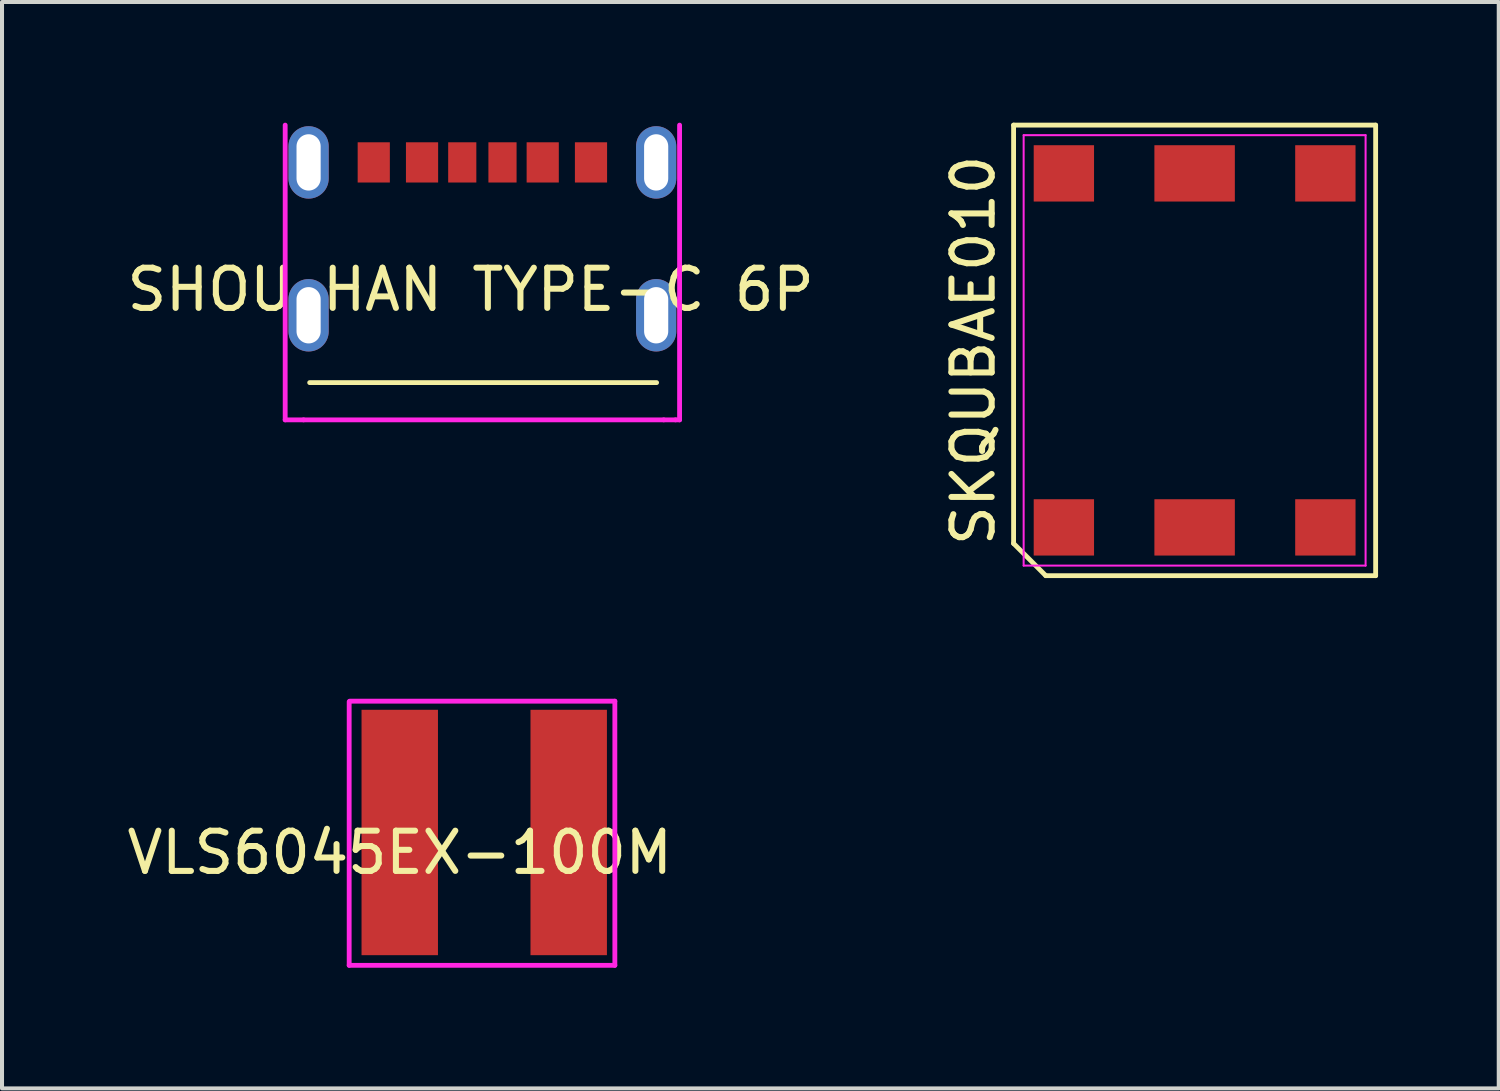
<source format=kicad_pcb>
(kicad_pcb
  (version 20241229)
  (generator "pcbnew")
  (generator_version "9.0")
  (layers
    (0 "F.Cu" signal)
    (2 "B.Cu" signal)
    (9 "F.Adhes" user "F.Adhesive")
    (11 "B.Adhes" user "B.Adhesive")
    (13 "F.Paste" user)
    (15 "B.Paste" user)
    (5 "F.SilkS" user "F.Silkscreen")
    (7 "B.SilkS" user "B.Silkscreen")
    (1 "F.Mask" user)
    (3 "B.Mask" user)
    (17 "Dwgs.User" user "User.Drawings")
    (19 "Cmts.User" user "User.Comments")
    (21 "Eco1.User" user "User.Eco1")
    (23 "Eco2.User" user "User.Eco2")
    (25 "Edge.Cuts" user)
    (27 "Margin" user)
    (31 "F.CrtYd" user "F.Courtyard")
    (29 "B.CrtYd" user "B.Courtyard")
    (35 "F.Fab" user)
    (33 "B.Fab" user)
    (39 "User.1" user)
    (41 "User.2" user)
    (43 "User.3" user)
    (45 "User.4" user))
  (footprint "SKQUBAE010"
    (layer "F.Cu")
    (at 26.646 5.66)
    (property "Reference" "SKQUBAE010" (at -5.5 0 90) (layer "F.SilkS") (effects (font (size 1 1) (thickness 0.15))))
    (attr smd)
    (fp_line (start -4.5 -5.6) (end 4.5 -5.6) (stroke (width 0.12) (type solid)) (layer "F.SilkS"))
    (fp_line (start -4.5 4.8) (end -4.5 -5.6) (stroke (width 0.12) (type solid)) (layer "F.SilkS"))
    (fp_line (start -3.7 5.6) (end -4.5 4.8) (stroke (width 0.12) (type solid)) (layer "F.SilkS"))
    (fp_line (start 4.5 -5.6) (end 4.5 5.6) (stroke (width 0.12) (type solid)) (layer "F.SilkS"))
    (fp_line (start 4.5 5.6) (end -3.7 5.6) (stroke (width 0.12) (type solid)) (layer "F.SilkS"))
    (fp_line (start -4.25 -5.35) (end 4.25 -5.35) (stroke (width 0.05) (type solid)) (layer "F.CrtYd"))
    (fp_line (start -4.25 5.35) (end -4.25 -5.35) (stroke (width 0.05) (type solid)) (layer "F.CrtYd"))
    (fp_line (start 4.25 -5.35) (end 4.25 5.35) (stroke (width 0.05) (type solid)) (layer "F.CrtYd"))
    (fp_line (start 4.25 5.35) (end -4.25 5.35) (stroke (width 0.05) (type solid)) (layer "F.CrtYd"))
    (pad "1" smd rect (at -3.25 4.4) (size 1.5 1.4) (layers "F.Cu" "F.Mask" "F.Paste"))
    (pad "2" smd rect (at 0 4.4) (size 2 1.4) (layers "F.Cu" "F.Mask" "F.Paste"))
    (pad "3" smd rect (at 3.25 4.4) (size 1.5 1.4) (layers "F.Cu" "F.Mask" "F.Paste"))
    (pad "4" smd rect (at 3.25 -4.4) (size 1.5 1.4) (layers "F.Cu" "F.Mask" "F.Paste"))
    (pad "5" smd rect (at 0 -4.4) (size 2 1.4) (layers "F.Cu" "F.Mask" "F.Paste"))
    (pad "6" smd rect (at -3.25 -4.4) (size 1.5 1.4) (layers "F.Cu" "F.Mask" "F.Paste")))
  (footprint "VLS6045EX-100M"
    (layer "F.Cu")
    (at 6.887 17.644)
    (property "Reference" "VLS6045EX-100M" (at 0 0.5 0) (layer "F.SilkS") (effects (font (size 1 1) (thickness 0.15))))
    (attr smd)
    (fp_line (start -1.257 -3.251) (end -1.257 3.302) (stroke (width 0.12) (type solid)) (layer "F.CrtYd"))
    (fp_line (start -1.257 3.302) (end 5.347 3.302) (stroke (width 0.12) (type solid)) (layer "F.CrtYd"))
    (fp_line (start 5.347 -3.264) (end -1.245 -3.264) (stroke (width 0.12) (type solid)) (layer "F.CrtYd"))
    (fp_line (start 5.347 3.302) (end 5.347 -3.264) (stroke (width 0.12) (type solid)) (layer "F.CrtYd"))
    (pad "1" smd rect (at 0 0) (size 1.9 6.1) (layers "F.Cu" "F.Mask" "F.Paste"))
    (pad "2" smd rect (at 4.2 0) (size 1.9 6.1) (layers "F.Cu" "F.Mask" "F.Paste")))
  (footprint "SHOU HAN TYPE-C 6P"
    (layer "F.Cu")
    (at 8.941 0.987)
    (property "Reference" "SHOU HAN TYPE-C 6P" (at -0.292 3.162 0) (layer "F.SilkS") (effects (font (size 1 1) (thickness 0.15))))
    (attr through_hole)
    (fp_line (start -4.293 5.474) (end 4.331 5.474) (stroke (width 0.12) (type solid)) (layer "F.SilkS"))
    (fp_line (start -4.902 6.4) (end -4.902 -0.927) (stroke (width 0.12) (type solid)) (layer "F.CrtYd"))
    (fp_line (start -4.445 6.4) (end -4.902 6.4) (stroke (width 0.12) (type solid)) (layer "F.CrtYd"))
    (fp_line (start -4.445 6.4) (end 4.508 6.4) (stroke (width 0.12) (type solid)) (layer "F.CrtYd"))
    (fp_line (start 4.508 6.4) (end 4.801 6.4) (stroke (width 0.12) (type solid)) (layer "F.CrtYd"))
    (fp_line (start 4.801 6.4) (end 4.902 6.4) (stroke (width 0.12) (type solid)) (layer "F.CrtYd"))
    (fp_line (start 4.902 6.4) (end 4.902 -0.927) (stroke (width 0.12) (type solid)) (layer "F.CrtYd"))
    (pad "A5" smd rect (at -0.5 0) (size 0.7 1) (layers "F.Cu" "F.Mask" "F.Paste"))
    (pad "A9" smd rect (at 1.5 0) (size 0.8 1) (layers "F.Cu" "F.Mask" "F.Paste"))
    (pad "A12" smd rect (at 2.7 0) (size 0.8 1) (layers "F.Cu" "F.Mask" "F.Paste"))
    (pad "B5" smd rect (at 0.5 0) (size 0.7 1) (layers "F.Cu" "F.Mask" "F.Paste"))
    (pad "B9" smd rect (at -1.5 0) (size 0.8 1) (layers "F.Cu" "F.Mask" "F.Paste"))
    (pad "B12" smd rect (at -2.7 0) (size 0.8 1) (layers "F.Cu" "F.Mask" "F.Paste"))
    (pad "S1" thru_hole oval (at -4.32 0) (size 1 1.8) (drill oval 0.6 1.4) (layers "*.Cu" "*.Mask"))
    (pad "S1" thru_hole oval (at -4.32 3.8) (size 1 1.8) (drill oval 0.6 1.4) (layers "*.Cu" "*.Mask"))
    (pad "S1" thru_hole oval (at 4.32 0) (size 1 1.8) (drill oval 0.6 1.4) (layers "*.Cu" "*.Mask"))
    (pad "S1" thru_hole oval (at 4.32 3.8) (size 1 1.8) (drill oval 0.6 1.4) (layers "*.Cu" "*.Mask")))
  (gr_rect
    (start -3 -3)
    (end 34.206 24.006)
    (stroke (width 0.1) (type default))
    (fill no)
    (layer "Edge.Cuts")))
</source>
